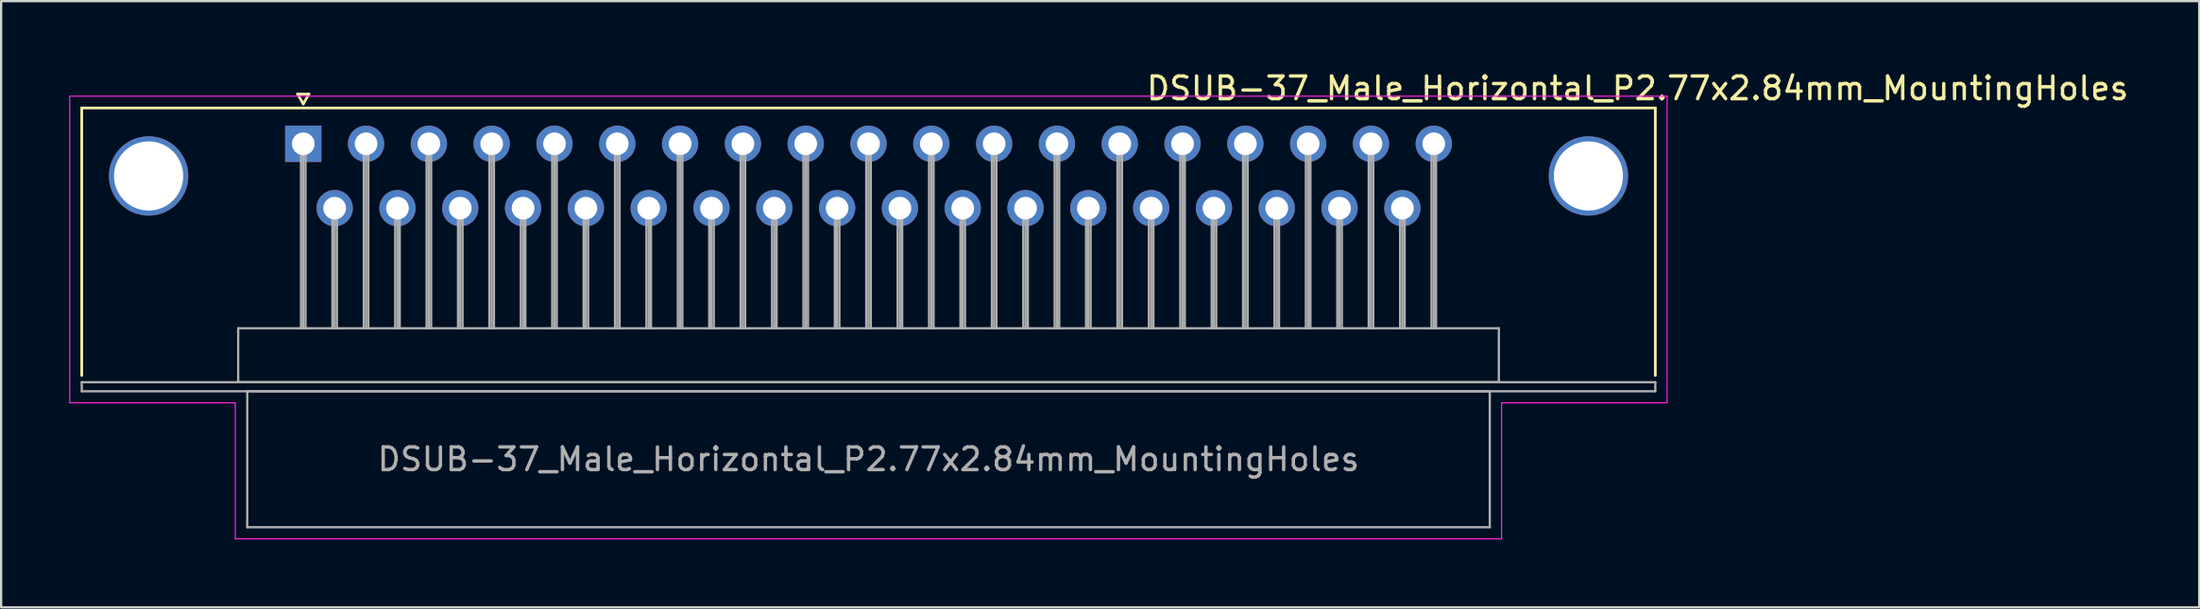
<source format=kicad_pcb>
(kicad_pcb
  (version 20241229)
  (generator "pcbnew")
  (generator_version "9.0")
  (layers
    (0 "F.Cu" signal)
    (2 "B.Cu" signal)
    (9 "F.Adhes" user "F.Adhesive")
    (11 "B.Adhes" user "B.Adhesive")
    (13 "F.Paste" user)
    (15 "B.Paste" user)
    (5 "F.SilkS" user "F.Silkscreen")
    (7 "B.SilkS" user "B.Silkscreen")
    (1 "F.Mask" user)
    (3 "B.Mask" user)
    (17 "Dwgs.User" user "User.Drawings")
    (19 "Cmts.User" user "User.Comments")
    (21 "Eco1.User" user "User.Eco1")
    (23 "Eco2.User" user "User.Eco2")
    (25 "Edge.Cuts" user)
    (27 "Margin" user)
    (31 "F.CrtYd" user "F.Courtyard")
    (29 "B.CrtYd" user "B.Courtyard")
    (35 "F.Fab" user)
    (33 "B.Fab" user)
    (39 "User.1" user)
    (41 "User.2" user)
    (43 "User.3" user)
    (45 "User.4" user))
  (footprint "DSUB-37_Male_Horizontal_P2.77x2.84mm_MountingHoles"
    (layer "F.Cu")
    (at 10.325 3.294)
    (property "Reference" "DSUB-37_Male_Horizontal_P2.77x2.84mm_MountingHoles" (at 58.851 -2.446 180) (layer "F.SilkS") (effects (font (size 1 1) (thickness 0.15))))
    (attr through_hole)
    (fp_line (start -9.77 -1.58) (end -9.77 10.22) (stroke (width 0.12) (type solid)) (layer "F.SilkS"))
    (fp_line (start -9.77 -1.58) (end 59.63 -1.58) (stroke (width 0.12) (type solid)) (layer "F.SilkS"))
    (fp_line (start -0.25 -2.193) (end 0.25 -2.193) (stroke (width 0.12) (type solid)) (layer "F.SilkS"))
    (fp_line (start 0 -1.76) (end -0.25 -2.193) (stroke (width 0.12) (type solid)) (layer "F.SilkS"))
    (fp_line (start 0.25 -2.193) (end 0 -1.76) (stroke (width 0.12) (type solid)) (layer "F.SilkS"))
    (fp_line (start 59.63 -1.58) (end 59.63 10.22) (stroke (width 0.12) (type solid)) (layer "F.SilkS"))
    (fp_line (start -10.3 -2.1) (end 60.15 -2.1) (stroke (width 0.05) (type solid)) (layer "F.CrtYd"))
    (fp_line (start -10.3 11.43) (end -10.3 -2.1) (stroke (width 0.05) (type solid)) (layer "F.CrtYd"))
    (fp_line (start -3 11.43) (end -10.3 11.43) (stroke (width 0.05) (type solid)) (layer "F.CrtYd"))
    (fp_line (start -3 17.43) (end -3 11.43) (stroke (width 0.05) (type solid)) (layer "F.CrtYd"))
    (fp_line (start 52.85 11.43) (end 52.85 17.43) (stroke (width 0.05) (type solid)) (layer "F.CrtYd"))
    (fp_line (start 52.85 17.43) (end -3 17.43) (stroke (width 0.05) (type solid)) (layer "F.CrtYd"))
    (fp_line (start 60.15 -2.1) (end 60.15 11.43) (stroke (width 0.05) (type solid)) (layer "F.CrtYd"))
    (fp_line (start 60.15 11.43) (end 52.85 11.43) (stroke (width 0.05) (type solid)) (layer "F.CrtYd"))
    (fp_line (start -9.77 10.52) (end -9.77 10.92) (stroke (width 0.1) (type solid)) (layer "F.Fab"))
    (fp_line (start -9.77 10.92) (end 59.63 10.92) (stroke (width 0.1) (type solid)) (layer "F.Fab"))
    (fp_line (start -2.87 8.14) (end -2.87 10.52) (stroke (width 0.1) (type solid)) (layer "F.Fab"))
    (fp_line (start -2.87 10.52) (end 52.73 10.52) (stroke (width 0.1) (type solid)) (layer "F.Fab"))
    (fp_line (start -2.47 10.92) (end -2.47 16.92) (stroke (width 0.1) (type solid)) (layer "F.Fab"))
    (fp_line (start -2.47 16.92) (end 52.33 16.92) (stroke (width 0.1) (type solid)) (layer "F.Fab"))
    (fp_line (start -0.1 0) (end -0.1 8.14) (stroke (width 0.1) (type solid)) (layer "F.Fab"))
    (fp_line (start 0 0) (end 0 8.14) (stroke (width 0.1) (type solid)) (layer "F.Fab"))
    (fp_line (start 0.1 0) (end 0.1 8.14) (stroke (width 0.1) (type solid)) (layer "F.Fab"))
    (fp_line (start 1.285 2.84) (end 1.285 8.14) (stroke (width 0.1) (type solid)) (layer "F.Fab"))
    (fp_line (start 1.385 2.84) (end 1.385 8.14) (stroke (width 0.1) (type solid)) (layer "F.Fab"))
    (fp_line (start 1.485 2.84) (end 1.485 8.14) (stroke (width 0.1) (type solid)) (layer "F.Fab"))
    (fp_line (start 2.67 0) (end 2.67 8.14) (stroke (width 0.1) (type solid)) (layer "F.Fab"))
    (fp_line (start 2.77 0) (end 2.77 8.14) (stroke (width 0.1) (type solid)) (layer "F.Fab"))
    (fp_line (start 2.87 0) (end 2.87 8.14) (stroke (width 0.1) (type solid)) (layer "F.Fab"))
    (fp_line (start 4.055 2.84) (end 4.055 8.14) (stroke (width 0.1) (type solid)) (layer "F.Fab"))
    (fp_line (start 4.155 2.84) (end 4.155 8.14) (stroke (width 0.1) (type solid)) (layer "F.Fab"))
    (fp_line (start 4.255 2.84) (end 4.255 8.14) (stroke (width 0.1) (type solid)) (layer "F.Fab"))
    (fp_line (start 5.44 0) (end 5.44 8.14) (stroke (width 0.1) (type solid)) (layer "F.Fab"))
    (fp_line (start 5.54 0) (end 5.54 8.14) (stroke (width 0.1) (type solid)) (layer "F.Fab"))
    (fp_line (start 5.64 0) (end 5.64 8.14) (stroke (width 0.1) (type solid)) (layer "F.Fab"))
    (fp_line (start 6.825 2.84) (end 6.825 8.14) (stroke (width 0.1) (type solid)) (layer "F.Fab"))
    (fp_line (start 6.925 2.84) (end 6.925 8.14) (stroke (width 0.1) (type solid)) (layer "F.Fab"))
    (fp_line (start 7.025 2.84) (end 7.025 8.14) (stroke (width 0.1) (type solid)) (layer "F.Fab"))
    (fp_line (start 8.21 0) (end 8.21 8.14) (stroke (width 0.1) (type solid)) (layer "F.Fab"))
    (fp_line (start 8.31 0) (end 8.31 8.14) (stroke (width 0.1) (type solid)) (layer "F.Fab"))
    (fp_line (start 8.41 0) (end 8.41 8.14) (stroke (width 0.1) (type solid)) (layer "F.Fab"))
    (fp_line (start 9.595 2.84) (end 9.595 8.14) (stroke (width 0.1) (type solid)) (layer "F.Fab"))
    (fp_line (start 9.695 2.84) (end 9.695 8.14) (stroke (width 0.1) (type solid)) (layer "F.Fab"))
    (fp_line (start 9.795 2.84) (end 9.795 8.14) (stroke (width 0.1) (type solid)) (layer "F.Fab"))
    (fp_line (start 10.98 0) (end 10.98 8.14) (stroke (width 0.1) (type solid)) (layer "F.Fab"))
    (fp_line (start 11.08 0) (end 11.08 8.14) (stroke (width 0.1) (type solid)) (layer "F.Fab"))
    (fp_line (start 11.18 0) (end 11.18 8.14) (stroke (width 0.1) (type solid)) (layer "F.Fab"))
    (fp_line (start 12.365 2.84) (end 12.365 8.14) (stroke (width 0.1) (type solid)) (layer "F.Fab"))
    (fp_line (start 12.465 2.84) (end 12.465 8.14) (stroke (width 0.1) (type solid)) (layer "F.Fab"))
    (fp_line (start 12.565 2.84) (end 12.565 8.14) (stroke (width 0.1) (type solid)) (layer "F.Fab"))
    (fp_line (start 13.75 0) (end 13.75 8.14) (stroke (width 0.1) (type solid)) (layer "F.Fab"))
    (fp_line (start 13.85 0) (end 13.85 8.14) (stroke (width 0.1) (type solid)) (layer "F.Fab"))
    (fp_line (start 13.95 0) (end 13.95 8.14) (stroke (width 0.1) (type solid)) (layer "F.Fab"))
    (fp_line (start 15.135 2.84) (end 15.135 8.14) (stroke (width 0.1) (type solid)) (layer "F.Fab"))
    (fp_line (start 15.235 2.84) (end 15.235 8.14) (stroke (width 0.1) (type solid)) (layer "F.Fab"))
    (fp_line (start 15.335 2.84) (end 15.335 8.14) (stroke (width 0.1) (type solid)) (layer "F.Fab"))
    (fp_line (start 16.52 0) (end 16.52 8.14) (stroke (width 0.1) (type solid)) (layer "F.Fab"))
    (fp_line (start 16.62 0) (end 16.62 8.14) (stroke (width 0.1) (type solid)) (layer "F.Fab"))
    (fp_line (start 16.72 0) (end 16.72 8.14) (stroke (width 0.1) (type solid)) (layer "F.Fab"))
    (fp_line (start 17.905 2.84) (end 17.905 8.14) (stroke (width 0.1) (type solid)) (layer "F.Fab"))
    (fp_line (start 18.005 2.84) (end 18.005 8.14) (stroke (width 0.1) (type solid)) (layer "F.Fab"))
    (fp_line (start 18.105 2.84) (end 18.105 8.14) (stroke (width 0.1) (type solid)) (layer "F.Fab"))
    (fp_line (start 19.29 0) (end 19.29 8.14) (stroke (width 0.1) (type solid)) (layer "F.Fab"))
    (fp_line (start 19.39 0) (end 19.39 8.14) (stroke (width 0.1) (type solid)) (layer "F.Fab"))
    (fp_line (start 19.49 0) (end 19.49 8.14) (stroke (width 0.1) (type solid)) (layer "F.Fab"))
    (fp_line (start 20.675 2.84) (end 20.675 8.14) (stroke (width 0.1) (type solid)) (layer "F.Fab"))
    (fp_line (start 20.775 2.84) (end 20.775 8.14) (stroke (width 0.1) (type solid)) (layer "F.Fab"))
    (fp_line (start 20.875 2.84) (end 20.875 8.14) (stroke (width 0.1) (type solid)) (layer "F.Fab"))
    (fp_line (start 22.06 0) (end 22.06 8.14) (stroke (width 0.1) (type solid)) (layer "F.Fab"))
    (fp_line (start 22.16 0) (end 22.16 8.14) (stroke (width 0.1) (type solid)) (layer "F.Fab"))
    (fp_line (start 22.26 0) (end 22.26 8.14) (stroke (width 0.1) (type solid)) (layer "F.Fab"))
    (fp_line (start 23.445 2.84) (end 23.445 8.14) (stroke (width 0.1) (type solid)) (layer "F.Fab"))
    (fp_line (start 23.545 2.84) (end 23.545 8.14) (stroke (width 0.1) (type solid)) (layer "F.Fab"))
    (fp_line (start 23.645 2.84) (end 23.645 8.14) (stroke (width 0.1) (type solid)) (layer "F.Fab"))
    (fp_line (start 24.83 0) (end 24.83 8.14) (stroke (width 0.1) (type solid)) (layer "F.Fab"))
    (fp_line (start 24.93 0) (end 24.93 8.14) (stroke (width 0.1) (type solid)) (layer "F.Fab"))
    (fp_line (start 25.03 0) (end 25.03 8.14) (stroke (width 0.1) (type solid)) (layer "F.Fab"))
    (fp_line (start 26.215 2.84) (end 26.215 8.14) (stroke (width 0.1) (type solid)) (layer "F.Fab"))
    (fp_line (start 26.315 2.84) (end 26.315 8.14) (stroke (width 0.1) (type solid)) (layer "F.Fab"))
    (fp_line (start 26.415 2.84) (end 26.415 8.14) (stroke (width 0.1) (type solid)) (layer "F.Fab"))
    (fp_line (start 27.6 0) (end 27.6 8.14) (stroke (width 0.1) (type solid)) (layer "F.Fab"))
    (fp_line (start 27.7 0) (end 27.7 8.14) (stroke (width 0.1) (type solid)) (layer "F.Fab"))
    (fp_line (start 27.8 0) (end 27.8 8.14) (stroke (width 0.1) (type solid)) (layer "F.Fab"))
    (fp_line (start 28.985 2.84) (end 28.985 8.14) (stroke (width 0.1) (type solid)) (layer "F.Fab"))
    (fp_line (start 29.085 2.84) (end 29.085 8.14) (stroke (width 0.1) (type solid)) (layer "F.Fab"))
    (fp_line (start 29.185 2.84) (end 29.185 8.14) (stroke (width 0.1) (type solid)) (layer "F.Fab"))
    (fp_line (start 30.37 0) (end 30.37 8.14) (stroke (width 0.1) (type solid)) (layer "F.Fab"))
    (fp_line (start 30.47 0) (end 30.47 8.14) (stroke (width 0.1) (type solid)) (layer "F.Fab"))
    (fp_line (start 30.57 0) (end 30.57 8.14) (stroke (width 0.1) (type solid)) (layer "F.Fab"))
    (fp_line (start 31.755 2.84) (end 31.755 8.14) (stroke (width 0.1) (type solid)) (layer "F.Fab"))
    (fp_line (start 31.855 2.84) (end 31.855 8.14) (stroke (width 0.1) (type solid)) (layer "F.Fab"))
    (fp_line (start 31.955 2.84) (end 31.955 8.14) (stroke (width 0.1) (type solid)) (layer "F.Fab"))
    (fp_line (start 33.14 0) (end 33.14 8.14) (stroke (width 0.1) (type solid)) (layer "F.Fab"))
    (fp_line (start 33.24 0) (end 33.24 8.14) (stroke (width 0.1) (type solid)) (layer "F.Fab"))
    (fp_line (start 33.34 0) (end 33.34 8.14) (stroke (width 0.1) (type solid)) (layer "F.Fab"))
    (fp_line (start 34.525 2.84) (end 34.525 8.14) (stroke (width 0.1) (type solid)) (layer "F.Fab"))
    (fp_line (start 34.625 2.84) (end 34.625 8.14) (stroke (width 0.1) (type solid)) (layer "F.Fab"))
    (fp_line (start 34.725 2.84) (end 34.725 8.14) (stroke (width 0.1) (type solid)) (layer "F.Fab"))
    (fp_line (start 35.91 0) (end 35.91 8.14) (stroke (width 0.1) (type solid)) (layer "F.Fab"))
    (fp_line (start 36.01 0) (end 36.01 8.14) (stroke (width 0.1) (type solid)) (layer "F.Fab"))
    (fp_line (start 36.11 0) (end 36.11 8.14) (stroke (width 0.1) (type solid)) (layer "F.Fab"))
    (fp_line (start 37.295 2.84) (end 37.295 8.14) (stroke (width 0.1) (type solid)) (layer "F.Fab"))
    (fp_line (start 37.395 2.84) (end 37.395 8.14) (stroke (width 0.1) (type solid)) (layer "F.Fab"))
    (fp_line (start 37.495 2.84) (end 37.495 8.14) (stroke (width 0.1) (type solid)) (layer "F.Fab"))
    (fp_line (start 38.68 0) (end 38.68 8.14) (stroke (width 0.1) (type solid)) (layer "F.Fab"))
    (fp_line (start 38.78 0) (end 38.78 8.14) (stroke (width 0.1) (type solid)) (layer "F.Fab"))
    (fp_line (start 38.88 0) (end 38.88 8.14) (stroke (width 0.1) (type solid)) (layer "F.Fab"))
    (fp_line (start 40.065 2.84) (end 40.065 8.14) (stroke (width 0.1) (type solid)) (layer "F.Fab"))
    (fp_line (start 40.165 2.84) (end 40.165 8.14) (stroke (width 0.1) (type solid)) (layer "F.Fab"))
    (fp_line (start 40.265 2.84) (end 40.265 8.14) (stroke (width 0.1) (type solid)) (layer "F.Fab"))
    (fp_line (start 41.45 0) (end 41.45 8.14) (stroke (width 0.1) (type solid)) (layer "F.Fab"))
    (fp_line (start 41.55 0) (end 41.55 8.14) (stroke (width 0.1) (type solid)) (layer "F.Fab"))
    (fp_line (start 41.65 0) (end 41.65 8.14) (stroke (width 0.1) (type solid)) (layer "F.Fab"))
    (fp_line (start 42.835 2.84) (end 42.835 8.14) (stroke (width 0.1) (type solid)) (layer "F.Fab"))
    (fp_line (start 42.935 2.84) (end 42.935 8.14) (stroke (width 0.1) (type solid)) (layer "F.Fab"))
    (fp_line (start 43.035 2.84) (end 43.035 8.14) (stroke (width 0.1) (type solid)) (layer "F.Fab"))
    (fp_line (start 44.22 0) (end 44.22 8.14) (stroke (width 0.1) (type solid)) (layer "F.Fab"))
    (fp_line (start 44.32 0) (end 44.32 8.14) (stroke (width 0.1) (type solid)) (layer "F.Fab"))
    (fp_line (start 44.42 0) (end 44.42 8.14) (stroke (width 0.1) (type solid)) (layer "F.Fab"))
    (fp_line (start 45.605 2.84) (end 45.605 8.14) (stroke (width 0.1) (type solid)) (layer "F.Fab"))
    (fp_line (start 45.705 2.84) (end 45.705 8.14) (stroke (width 0.1) (type solid)) (layer "F.Fab"))
    (fp_line (start 45.805 2.84) (end 45.805 8.14) (stroke (width 0.1) (type solid)) (layer "F.Fab"))
    (fp_line (start 46.99 0) (end 46.99 8.14) (stroke (width 0.1) (type solid)) (layer "F.Fab"))
    (fp_line (start 47.09 0) (end 47.09 8.14) (stroke (width 0.1) (type solid)) (layer "F.Fab"))
    (fp_line (start 47.19 0) (end 47.19 8.14) (stroke (width 0.1) (type solid)) (layer "F.Fab"))
    (fp_line (start 48.375 2.84) (end 48.375 8.14) (stroke (width 0.1) (type solid)) (layer "F.Fab"))
    (fp_line (start 48.475 2.84) (end 48.475 8.14) (stroke (width 0.1) (type solid)) (layer "F.Fab"))
    (fp_line (start 48.575 2.84) (end 48.575 8.14) (stroke (width 0.1) (type solid)) (layer "F.Fab"))
    (fp_line (start 49.76 0) (end 49.76 8.14) (stroke (width 0.1) (type solid)) (layer "F.Fab"))
    (fp_line (start 49.86 0) (end 49.86 8.14) (stroke (width 0.1) (type solid)) (layer "F.Fab"))
    (fp_line (start 49.96 0) (end 49.96 8.14) (stroke (width 0.1) (type solid)) (layer "F.Fab"))
    (fp_line (start 52.33 10.92) (end -2.47 10.92) (stroke (width 0.1) (type solid)) (layer "F.Fab"))
    (fp_line (start 52.33 16.92) (end 52.33 10.92) (stroke (width 0.1) (type solid)) (layer "F.Fab"))
    (fp_line (start 52.73 8.14) (end -2.87 8.14) (stroke (width 0.1) (type solid)) (layer "F.Fab"))
    (fp_line (start 52.73 10.52) (end 52.73 8.14) (stroke (width 0.1) (type solid)) (layer "F.Fab"))
    (fp_line (start 59.63 10.52) (end -9.77 10.52) (stroke (width 0.1) (type solid)) (layer "F.Fab"))
    (fp_line (start 59.63 10.92) (end 59.63 10.52) (stroke (width 0.1) (type solid)) (layer "F.Fab"))
    (fp_text user "${REFERENCE}" (at 24.93 13.92 0) (layer "F.Fab") (effects (font (size 1 1) (thickness 0.15))))
    (pad "1" thru_hole rect (at 0 0) (size 1.6 1.6) (drill 1) (layers "*.Cu" "*.Mask"))
    (pad "2" thru_hole circle (at 2.77 0) (size 1.6 1.6) (drill 1) (layers "*.Cu" "*.Mask"))
    (pad "3" thru_hole circle (at 5.54 0) (size 1.6 1.6) (drill 1) (layers "*.Cu" "*.Mask"))
    (pad "4" thru_hole circle (at 8.31 0) (size 1.6 1.6) (drill 1) (layers "*.Cu" "*.Mask"))
    (pad "5" thru_hole circle (at 11.08 0) (size 1.6 1.6) (drill 1) (layers "*.Cu" "*.Mask"))
    (pad "6" thru_hole circle (at 13.85 0) (size 1.6 1.6) (drill 1) (layers "*.Cu" "*.Mask"))
    (pad "7" thru_hole circle (at 16.62 0) (size 1.6 1.6) (drill 1) (layers "*.Cu" "*.Mask"))
    (pad "8" thru_hole circle (at 19.39 0) (size 1.6 1.6) (drill 1) (layers "*.Cu" "*.Mask"))
    (pad "9" thru_hole circle (at 22.16 0) (size 1.6 1.6) (drill 1) (layers "*.Cu" "*.Mask"))
    (pad "10" thru_hole circle (at 24.93 0) (size 1.6 1.6) (drill 1) (layers "*.Cu" "*.Mask"))
    (pad "11" thru_hole circle (at 27.7 0) (size 1.6 1.6) (drill 1) (layers "*.Cu" "*.Mask"))
    (pad "12" thru_hole circle (at 30.47 0) (size 1.6 1.6) (drill 1) (layers "*.Cu" "*.Mask"))
    (pad "13" thru_hole circle (at 33.24 0) (size 1.6 1.6) (drill 1) (layers "*.Cu" "*.Mask"))
    (pad "14" thru_hole circle (at 36.01 0) (size 1.6 1.6) (drill 1) (layers "*.Cu" "*.Mask"))
    (pad "15" thru_hole circle (at 38.78 0) (size 1.6 1.6) (drill 1) (layers "*.Cu" "*.Mask"))
    (pad "16" thru_hole circle (at 41.55 0) (size 1.6 1.6) (drill 1) (layers "*.Cu" "*.Mask"))
    (pad "17" thru_hole circle (at 44.32 0) (size 1.6 1.6) (drill 1) (layers "*.Cu" "*.Mask"))
    (pad "18" thru_hole circle (at 47.09 0) (size 1.6 1.6) (drill 1) (layers "*.Cu" "*.Mask"))
    (pad "19" thru_hole circle (at 49.86 0) (size 1.6 1.6) (drill 1) (layers "*.Cu" "*.Mask"))
    (pad "20" thru_hole circle (at 1.385 2.84) (size 1.6 1.6) (drill 1) (layers "*.Cu" "*.Mask"))
    (pad "21" thru_hole circle (at 4.155 2.84) (size 1.6 1.6) (drill 1) (layers "*.Cu" "*.Mask"))
    (pad "22" thru_hole circle (at 6.925 2.84) (size 1.6 1.6) (drill 1) (layers "*.Cu" "*.Mask"))
    (pad "23" thru_hole circle (at 9.695 2.84) (size 1.6 1.6) (drill 1) (layers "*.Cu" "*.Mask"))
    (pad "24" thru_hole circle (at 12.465 2.84) (size 1.6 1.6) (drill 1) (layers "*.Cu" "*.Mask"))
    (pad "25" thru_hole circle (at 15.235 2.84) (size 1.6 1.6) (drill 1) (layers "*.Cu" "*.Mask"))
    (pad "26" thru_hole circle (at 18.005 2.84) (size 1.6 1.6) (drill 1) (layers "*.Cu" "*.Mask"))
    (pad "27" thru_hole circle (at 20.775 2.84) (size 1.6 1.6) (drill 1) (layers "*.Cu" "*.Mask"))
    (pad "28" thru_hole circle (at 23.545 2.84) (size 1.6 1.6) (drill 1) (layers "*.Cu" "*.Mask"))
    (pad "29" thru_hole circle (at 26.315 2.84) (size 1.6 1.6) (drill 1) (layers "*.Cu" "*.Mask"))
    (pad "30" thru_hole circle (at 29.085 2.84) (size 1.6 1.6) (drill 1) (layers "*.Cu" "*.Mask"))
    (pad "31" thru_hole circle (at 31.855 2.84) (size 1.6 1.6) (drill 1) (layers "*.Cu" "*.Mask"))
    (pad "32" thru_hole circle (at 34.625 2.84) (size 1.6 1.6) (drill 1) (layers "*.Cu" "*.Mask"))
    (pad "33" thru_hole circle (at 37.395 2.84) (size 1.6 1.6) (drill 1) (layers "*.Cu" "*.Mask"))
    (pad "34" thru_hole circle (at 40.165 2.84) (size 1.6 1.6) (drill 1) (layers "*.Cu" "*.Mask"))
    (pad "35" thru_hole circle (at 42.935 2.84) (size 1.6 1.6) (drill 1) (layers "*.Cu" "*.Mask"))
    (pad "36" thru_hole circle (at 45.705 2.84) (size 1.6 1.6) (drill 1) (layers "*.Cu" "*.Mask"))
    (pad "37" thru_hole circle (at 48.475 2.84) (size 1.6 1.6) (drill 1) (layers "*.Cu" "*.Mask"))
    (pad "mnt" thru_hole circle (at -6.82 1.42) (size 3.5 3.5) (drill 3.05) (layers "*.Cu" "*.Mask"))
    (pad "mnt" thru_hole circle (at 56.68 1.42) (size 3.5 3.5) (drill 3.05) (layers "*.Cu" "*.Mask")))
  (gr_rect
    (start -3 -3)
    (end 93.944 23.749)
    (stroke (width 0.1) (type default))
    (fill no)
    (layer "Edge.Cuts")))
</source>
